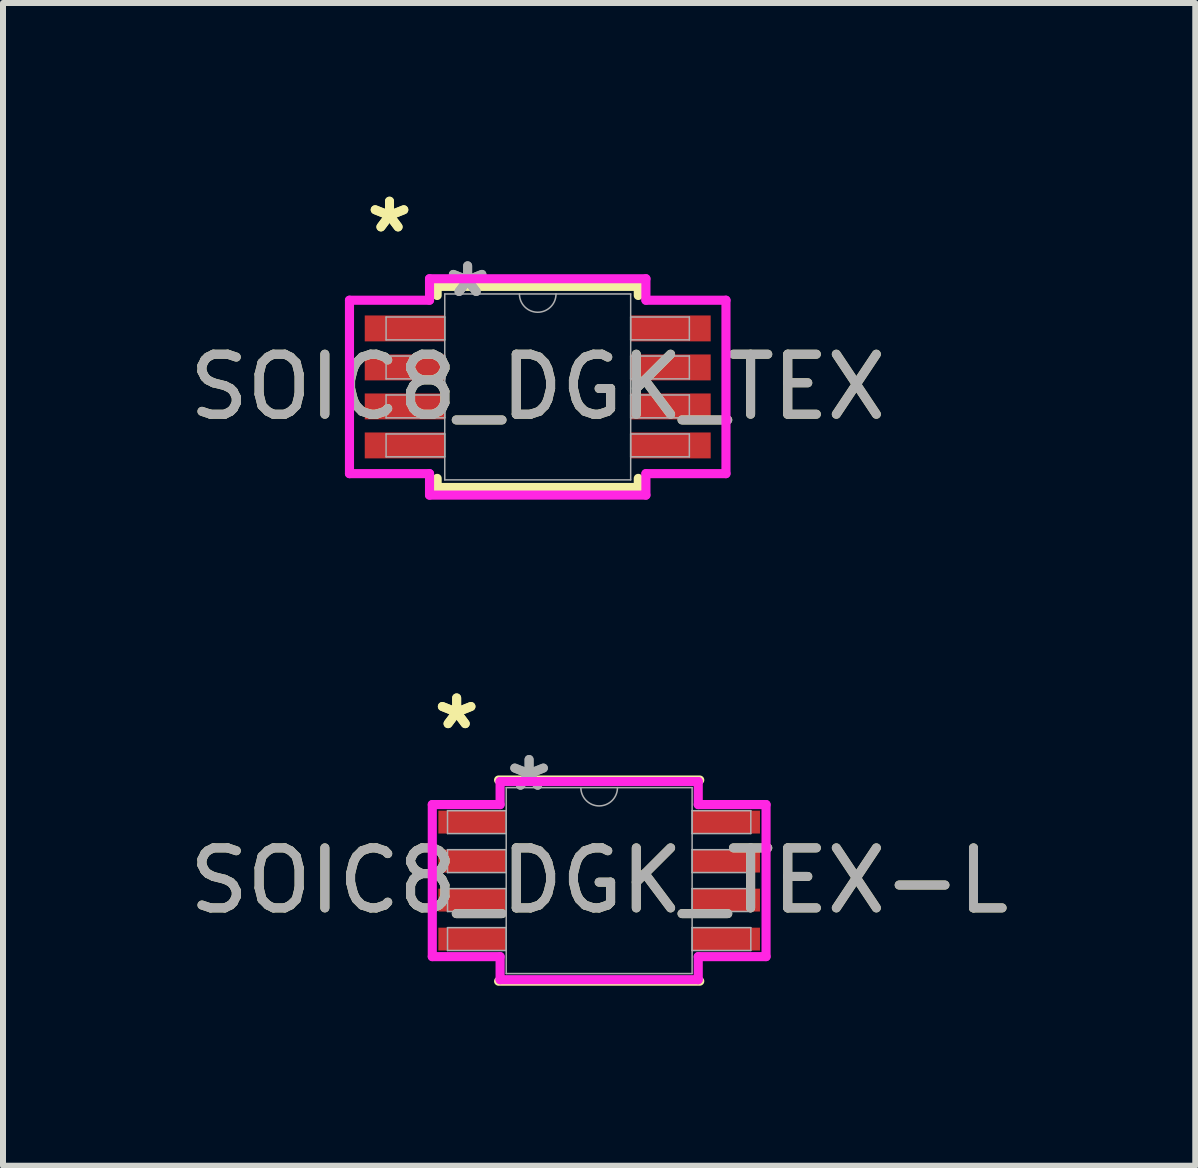
<source format=kicad_pcb>
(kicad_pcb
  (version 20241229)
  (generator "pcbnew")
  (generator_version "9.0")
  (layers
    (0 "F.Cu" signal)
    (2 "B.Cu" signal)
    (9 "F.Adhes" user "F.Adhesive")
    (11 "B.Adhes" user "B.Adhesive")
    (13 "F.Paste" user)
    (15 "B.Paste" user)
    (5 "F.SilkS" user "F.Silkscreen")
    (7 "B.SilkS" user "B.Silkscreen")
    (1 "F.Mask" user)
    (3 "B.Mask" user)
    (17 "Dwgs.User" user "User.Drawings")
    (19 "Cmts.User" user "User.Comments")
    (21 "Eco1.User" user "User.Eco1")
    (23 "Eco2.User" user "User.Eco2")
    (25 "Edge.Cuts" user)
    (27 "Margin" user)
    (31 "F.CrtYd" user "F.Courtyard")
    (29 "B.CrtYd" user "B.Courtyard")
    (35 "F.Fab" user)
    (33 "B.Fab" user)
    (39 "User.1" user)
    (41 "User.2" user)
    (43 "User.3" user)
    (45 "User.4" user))
  (footprint "SOIC8_DGK_TEX-L"
    (layer "F.Cu")
    (at 6.935 11.625)
    (property "Reference" "SOIC8_DGK_TEX-L" (at 0 0 0) (unlocked yes) (layer "F.SilkS") (effects (font (size 1 1) (thickness 0.15))))
    (attr smd)
    (fp_line (start -1.676 1.676) (end 1.676 1.676) (stroke (width 0.152) (type solid)) (layer "F.SilkS"))
    (fp_line (start 1.676 -1.676) (end -1.676 -1.676) (stroke (width 0.152) (type solid)) (layer "F.SilkS"))
    (fp_line (start -2.781 -1.267) (end -1.651 -1.267) (stroke (width 0.152) (type solid)) (layer "F.CrtYd"))
    (fp_line (start -2.781 1.267) (end -2.781 -1.267) (stroke (width 0.152) (type solid)) (layer "F.CrtYd"))
    (fp_line (start -2.781 1.267) (end -1.651 1.267) (stroke (width 0.152) (type solid)) (layer "F.CrtYd"))
    (fp_line (start -1.651 -1.651) (end 1.651 -1.651) (stroke (width 0.152) (type solid)) (layer "F.CrtYd"))
    (fp_line (start -1.651 -1.267) (end -1.651 -1.651) (stroke (width 0.152) (type solid)) (layer "F.CrtYd"))
    (fp_line (start -1.651 1.651) (end -1.651 1.267) (stroke (width 0.152) (type solid)) (layer "F.CrtYd"))
    (fp_line (start 1.651 -1.651) (end 1.651 -1.267) (stroke (width 0.152) (type solid)) (layer "F.CrtYd"))
    (fp_line (start 1.651 1.267) (end 1.651 1.651) (stroke (width 0.152) (type solid)) (layer "F.CrtYd"))
    (fp_line (start 1.651 1.651) (end -1.651 1.651) (stroke (width 0.152) (type solid)) (layer "F.CrtYd"))
    (fp_line (start 2.781 -1.267) (end 1.651 -1.267) (stroke (width 0.152) (type solid)) (layer "F.CrtYd"))
    (fp_line (start 2.781 -1.267) (end 2.781 1.267) (stroke (width 0.152) (type solid)) (layer "F.CrtYd"))
    (fp_line (start 2.781 1.267) (end 1.651 1.267) (stroke (width 0.152) (type solid)) (layer "F.CrtYd"))
    (fp_line (start -2.527 -1.165) (end -2.527 -0.784) (stroke (width 0.025) (type solid)) (layer "F.Fab"))
    (fp_line (start -2.527 -0.784) (end -1.549 -0.784) (stroke (width 0.025) (type solid)) (layer "F.Fab"))
    (fp_line (start -2.527 -0.515) (end -2.527 -0.134) (stroke (width 0.025) (type solid)) (layer "F.Fab"))
    (fp_line (start -2.527 -0.134) (end -1.549 -0.134) (stroke (width 0.025) (type solid)) (layer "F.Fab"))
    (fp_line (start -2.527 0.134) (end -2.527 0.515) (stroke (width 0.025) (type solid)) (layer "F.Fab"))
    (fp_line (start -2.527 0.515) (end -1.549 0.515) (stroke (width 0.025) (type solid)) (layer "F.Fab"))
    (fp_line (start -2.527 0.784) (end -2.527 1.165) (stroke (width 0.025) (type solid)) (layer "F.Fab"))
    (fp_line (start -2.527 1.165) (end -1.549 1.165) (stroke (width 0.025) (type solid)) (layer "F.Fab"))
    (fp_line (start -1.549 -1.549) (end -1.549 1.549) (stroke (width 0.025) (type solid)) (layer "F.Fab"))
    (fp_line (start -1.549 -1.165) (end -2.527 -1.165) (stroke (width 0.025) (type solid)) (layer "F.Fab"))
    (fp_line (start -1.549 -0.784) (end -1.549 -1.165) (stroke (width 0.025) (type solid)) (layer "F.Fab"))
    (fp_line (start -1.549 -0.515) (end -2.527 -0.515) (stroke (width 0.025) (type solid)) (layer "F.Fab"))
    (fp_line (start -1.549 -0.134) (end -1.549 -0.515) (stroke (width 0.025) (type solid)) (layer "F.Fab"))
    (fp_line (start -1.549 0.134) (end -2.527 0.134) (stroke (width 0.025) (type solid)) (layer "F.Fab"))
    (fp_line (start -1.549 0.515) (end -1.549 0.134) (stroke (width 0.025) (type solid)) (layer "F.Fab"))
    (fp_line (start -1.549 0.784) (end -2.527 0.784) (stroke (width 0.025) (type solid)) (layer "F.Fab"))
    (fp_line (start -1.549 1.165) (end -1.549 0.784) (stroke (width 0.025) (type solid)) (layer "F.Fab"))
    (fp_line (start -1.549 1.549) (end 1.549 1.549) (stroke (width 0.025) (type solid)) (layer "F.Fab"))
    (fp_line (start 1.549 -1.549) (end -1.549 -1.549) (stroke (width 0.025) (type solid)) (layer "F.Fab"))
    (fp_line (start 1.549 -1.165) (end 1.549 -0.784) (stroke (width 0.025) (type solid)) (layer "F.Fab"))
    (fp_line (start 1.549 -0.784) (end 2.527 -0.784) (stroke (width 0.025) (type solid)) (layer "F.Fab"))
    (fp_line (start 1.549 -0.515) (end 1.549 -0.134) (stroke (width 0.025) (type solid)) (layer "F.Fab"))
    (fp_line (start 1.549 -0.134) (end 2.527 -0.134) (stroke (width 0.025) (type solid)) (layer "F.Fab"))
    (fp_line (start 1.549 0.134) (end 1.549 0.515) (stroke (width 0.025) (type solid)) (layer "F.Fab"))
    (fp_line (start 1.549 0.515) (end 2.527 0.515) (stroke (width 0.025) (type solid)) (layer "F.Fab"))
    (fp_line (start 1.549 0.784) (end 1.549 1.165) (stroke (width 0.025) (type solid)) (layer "F.Fab"))
    (fp_line (start 1.549 1.165) (end 2.527 1.165) (stroke (width 0.025) (type solid)) (layer "F.Fab"))
    (fp_line (start 1.549 1.549) (end 1.549 -1.549) (stroke (width 0.025) (type solid)) (layer "F.Fab"))
    (fp_line (start 2.527 -1.165) (end 1.549 -1.165) (stroke (width 0.025) (type solid)) (layer "F.Fab"))
    (fp_line (start 2.527 -0.784) (end 2.527 -1.165) (stroke (width 0.025) (type solid)) (layer "F.Fab"))
    (fp_line (start 2.527 -0.515) (end 1.549 -0.515) (stroke (width 0.025) (type solid)) (layer "F.Fab"))
    (fp_line (start 2.527 -0.134) (end 2.527 -0.515) (stroke (width 0.025) (type solid)) (layer "F.Fab"))
    (fp_line (start 2.527 0.134) (end 1.549 0.134) (stroke (width 0.025) (type solid)) (layer "F.Fab"))
    (fp_line (start 2.527 0.515) (end 2.527 0.134) (stroke (width 0.025) (type solid)) (layer "F.Fab"))
    (fp_line (start 2.527 0.784) (end 1.549 0.784) (stroke (width 0.025) (type solid)) (layer "F.Fab"))
    (fp_line (start 2.527 1.165) (end 2.527 0.784) (stroke (width 0.025) (type solid)) (layer "F.Fab"))
    (fp_arc (start 0.3048 -1.5494) (mid 0 -1.2446) (end -0.3048 -1.5494) (stroke (width 0.0254) (type solid)) (layer "F.Fab"))
    (fp_text user "*" (at -2.375 -2.499 0) (layer "F.SilkS") (effects (font (size 1 1) (thickness 0.15))))
    (fp_text user "*" (at -2.375 -2.499 0) (unlocked yes) (layer "F.SilkS") (effects (font (size 1 1) (thickness 0.15))))
    (fp_text user "*" (at -1.168 -1.473 0) (layer "F.Fab") (effects (font (size 1 1) (thickness 0.15))))
    (fp_text user "${REFERENCE}" (at 0 0 0) (unlocked yes) (layer "F.Fab") (effects (font (size 1 1) (thickness 0.15))))
    (fp_text user "*" (at -1.168 -1.473 0) (unlocked yes) (layer "F.Fab") (effects (font (size 1 1) (thickness 0.15))))
    (pad "1" smd rect (at -2.121 -0.975) (size 1.118 0.381) (layers "F.Cu" "F.Mask" "F.Paste"))
    (pad "2" smd rect (at -2.121 -0.325) (size 1.118 0.381) (layers "F.Cu" "F.Mask" "F.Paste"))
    (pad "3" smd rect (at -2.121 0.325) (size 1.118 0.381) (layers "F.Cu" "F.Mask" "F.Paste"))
    (pad "4" smd rect (at -2.121 0.975) (size 1.118 0.381) (layers "F.Cu" "F.Mask" "F.Paste"))
    (pad "5" smd rect (at 2.121 0.975) (size 1.118 0.381) (layers "F.Cu" "F.Mask" "F.Paste"))
    (pad "6" smd rect (at 2.121 0.325) (size 1.118 0.381) (layers "F.Cu" "F.Mask" "F.Paste"))
    (pad "7" smd rect (at 2.121 -0.325) (size 1.118 0.381) (layers "F.Cu" "F.Mask" "F.Paste"))
    (pad "8" smd rect (at 2.121 -0.975) (size 1.118 0.381) (layers "F.Cu" "F.Mask" "F.Paste")))
  (footprint "SOIC8_DGK_TEX"
    (layer "F.Cu")
    (at 5.911 3.398)
    (property "Reference" "SOIC8_DGK_TEX" (at 0 0 0) (unlocked yes) (layer "F.SilkS") (effects (font (size 1 1) (thickness 0.15))))
    (attr smd)
    (fp_line (start -1.676 -1.676) (end -1.676 -1.524) (stroke (width 0.152) (type solid)) (layer "F.SilkS"))
    (fp_line (start -1.676 1.524) (end -1.676 1.676) (stroke (width 0.152) (type solid)) (layer "F.SilkS"))
    (fp_line (start -1.676 1.676) (end 1.676 1.676) (stroke (width 0.152) (type solid)) (layer "F.SilkS"))
    (fp_line (start 1.676 -1.676) (end -1.676 -1.676) (stroke (width 0.152) (type solid)) (layer "F.SilkS"))
    (fp_line (start 1.676 -1.524) (end 1.676 -1.676) (stroke (width 0.152) (type solid)) (layer "F.SilkS"))
    (fp_line (start 1.676 1.676) (end 1.676 1.524) (stroke (width 0.152) (type solid)) (layer "F.SilkS"))
    (fp_line (start -3.137 -1.445) (end -1.803 -1.445) (stroke (width 0.152) (type solid)) (layer "F.CrtYd"))
    (fp_line (start -3.137 1.445) (end -3.137 -1.445) (stroke (width 0.152) (type solid)) (layer "F.CrtYd"))
    (fp_line (start -3.137 1.445) (end -1.803 1.445) (stroke (width 0.152) (type solid)) (layer "F.CrtYd"))
    (fp_line (start -1.803 -1.803) (end 1.803 -1.803) (stroke (width 0.152) (type solid)) (layer "F.CrtYd"))
    (fp_line (start -1.803 -1.445) (end -1.803 -1.803) (stroke (width 0.152) (type solid)) (layer "F.CrtYd"))
    (fp_line (start -1.803 1.803) (end -1.803 1.445) (stroke (width 0.152) (type solid)) (layer "F.CrtYd"))
    (fp_line (start 1.803 -1.803) (end 1.803 -1.445) (stroke (width 0.152) (type solid)) (layer "F.CrtYd"))
    (fp_line (start 1.803 1.445) (end 1.803 1.803) (stroke (width 0.152) (type solid)) (layer "F.CrtYd"))
    (fp_line (start 1.803 1.803) (end -1.803 1.803) (stroke (width 0.152) (type solid)) (layer "F.CrtYd"))
    (fp_line (start 3.137 -1.445) (end 1.803 -1.445) (stroke (width 0.152) (type solid)) (layer "F.CrtYd"))
    (fp_line (start 3.137 -1.445) (end 3.137 1.445) (stroke (width 0.152) (type solid)) (layer "F.CrtYd"))
    (fp_line (start 3.137 1.445) (end 1.803 1.445) (stroke (width 0.152) (type solid)) (layer "F.CrtYd"))
    (fp_line (start -2.527 -1.165) (end -2.527 -0.784) (stroke (width 0.025) (type solid)) (layer "F.Fab"))
    (fp_line (start -2.527 -0.784) (end -1.549 -0.784) (stroke (width 0.025) (type solid)) (layer "F.Fab"))
    (fp_line (start -2.527 -0.515) (end -2.527 -0.134) (stroke (width 0.025) (type solid)) (layer "F.Fab"))
    (fp_line (start -2.527 -0.134) (end -1.549 -0.134) (stroke (width 0.025) (type solid)) (layer "F.Fab"))
    (fp_line (start -2.527 0.134) (end -2.527 0.515) (stroke (width 0.025) (type solid)) (layer "F.Fab"))
    (fp_line (start -2.527 0.515) (end -1.549 0.515) (stroke (width 0.025) (type solid)) (layer "F.Fab"))
    (fp_line (start -2.527 0.784) (end -2.527 1.165) (stroke (width 0.025) (type solid)) (layer "F.Fab"))
    (fp_line (start -2.527 1.165) (end -1.549 1.165) (stroke (width 0.025) (type solid)) (layer "F.Fab"))
    (fp_line (start -1.549 -1.549) (end -1.549 1.549) (stroke (width 0.025) (type solid)) (layer "F.Fab"))
    (fp_line (start -1.549 -1.165) (end -2.527 -1.165) (stroke (width 0.025) (type solid)) (layer "F.Fab"))
    (fp_line (start -1.549 -0.784) (end -1.549 -1.165) (stroke (width 0.025) (type solid)) (layer "F.Fab"))
    (fp_line (start -1.549 -0.515) (end -2.527 -0.515) (stroke (width 0.025) (type solid)) (layer "F.Fab"))
    (fp_line (start -1.549 -0.134) (end -1.549 -0.515) (stroke (width 0.025) (type solid)) (layer "F.Fab"))
    (fp_line (start -1.549 0.134) (end -2.527 0.134) (stroke (width 0.025) (type solid)) (layer "F.Fab"))
    (fp_line (start -1.549 0.515) (end -1.549 0.134) (stroke (width 0.025) (type solid)) (layer "F.Fab"))
    (fp_line (start -1.549 0.784) (end -2.527 0.784) (stroke (width 0.025) (type solid)) (layer "F.Fab"))
    (fp_line (start -1.549 1.165) (end -1.549 0.784) (stroke (width 0.025) (type solid)) (layer "F.Fab"))
    (fp_line (start -1.549 1.549) (end 1.549 1.549) (stroke (width 0.025) (type solid)) (layer "F.Fab"))
    (fp_line (start 1.549 -1.549) (end -1.549 -1.549) (stroke (width 0.025) (type solid)) (layer "F.Fab"))
    (fp_line (start 1.549 -1.165) (end 1.549 -0.784) (stroke (width 0.025) (type solid)) (layer "F.Fab"))
    (fp_line (start 1.549 -0.784) (end 2.527 -0.784) (stroke (width 0.025) (type solid)) (layer "F.Fab"))
    (fp_line (start 1.549 -0.515) (end 1.549 -0.134) (stroke (width 0.025) (type solid)) (layer "F.Fab"))
    (fp_line (start 1.549 -0.134) (end 2.527 -0.134) (stroke (width 0.025) (type solid)) (layer "F.Fab"))
    (fp_line (start 1.549 0.134) (end 1.549 0.515) (stroke (width 0.025) (type solid)) (layer "F.Fab"))
    (fp_line (start 1.549 0.515) (end 2.527 0.515) (stroke (width 0.025) (type solid)) (layer "F.Fab"))
    (fp_line (start 1.549 0.784) (end 1.549 1.165) (stroke (width 0.025) (type solid)) (layer "F.Fab"))
    (fp_line (start 1.549 1.165) (end 2.527 1.165) (stroke (width 0.025) (type solid)) (layer "F.Fab"))
    (fp_line (start 1.549 1.549) (end 1.549 -1.549) (stroke (width 0.025) (type solid)) (layer "F.Fab"))
    (fp_line (start 2.527 -1.165) (end 1.549 -1.165) (stroke (width 0.025) (type solid)) (layer "F.Fab"))
    (fp_line (start 2.527 -0.784) (end 2.527 -1.165) (stroke (width 0.025) (type solid)) (layer "F.Fab"))
    (fp_line (start 2.527 -0.515) (end 1.549 -0.515) (stroke (width 0.025) (type solid)) (layer "F.Fab"))
    (fp_line (start 2.527 -0.134) (end 2.527 -0.515) (stroke (width 0.025) (type solid)) (layer "F.Fab"))
    (fp_line (start 2.527 0.134) (end 1.549 0.134) (stroke (width 0.025) (type solid)) (layer "F.Fab"))
    (fp_line (start 2.527 0.515) (end 2.527 0.134) (stroke (width 0.025) (type solid)) (layer "F.Fab"))
    (fp_line (start 2.527 0.784) (end 1.549 0.784) (stroke (width 0.025) (type solid)) (layer "F.Fab"))
    (fp_line (start 2.527 1.165) (end 2.527 0.784) (stroke (width 0.025) (type solid)) (layer "F.Fab"))
    (fp_arc (start 0.3048 -1.5494) (mid 0 -1.2446) (end -0.3048 -1.5494) (stroke (width 0.0254) (type solid)) (layer "F.Fab"))
    (fp_text user "*" (at -2.47 -2.55 0) (layer "F.SilkS") (effects (font (size 1 1) (thickness 0.15))))
    (fp_text user "*" (at -2.47 -2.55 0) (unlocked yes) (layer "F.SilkS") (effects (font (size 1 1) (thickness 0.15))))
    (fp_text user "${REFERENCE}" (at 0 0 0) (unlocked yes) (layer "F.Fab") (effects (font (size 1 1) (thickness 0.15))))
    (fp_text user "*" (at -1.168 -1.473 0) (layer "F.Fab") (effects (font (size 1 1) (thickness 0.15))))
    (fp_text user "*" (at -1.168 -1.473 0) (unlocked yes) (layer "F.Fab") (effects (font (size 1 1) (thickness 0.15))))
    (pad "1" smd rect (at -2.216 -0.975) (size 1.333 0.432) (layers "F.Cu" "F.Mask" "F.Paste"))
    (pad "2" smd rect (at -2.216 -0.325) (size 1.333 0.432) (layers "F.Cu" "F.Mask" "F.Paste"))
    (pad "3" smd rect (at -2.216 0.325) (size 1.333 0.432) (layers "F.Cu" "F.Mask" "F.Paste"))
    (pad "4" smd rect (at -2.216 0.975) (size 1.333 0.432) (layers "F.Cu" "F.Mask" "F.Paste"))
    (pad "5" smd rect (at 2.216 0.975) (size 1.333 0.432) (layers "F.Cu" "F.Mask" "F.Paste"))
    (pad "6" smd rect (at 2.216 0.325) (size 1.333 0.432) (layers "F.Cu" "F.Mask" "F.Paste"))
    (pad "7" smd rect (at 2.216 -0.325) (size 1.333 0.432) (layers "F.Cu" "F.Mask" "F.Paste"))
    (pad "8" smd rect (at 2.216 -0.975) (size 1.333 0.432) (layers "F.Cu" "F.Mask" "F.Paste")))
  (gr_rect
    (start -3 -3)
    (end 16.869 16.377)
    (stroke (width 0.1) (type default))
    (fill no)
    (layer "Edge.Cuts")))
</source>
